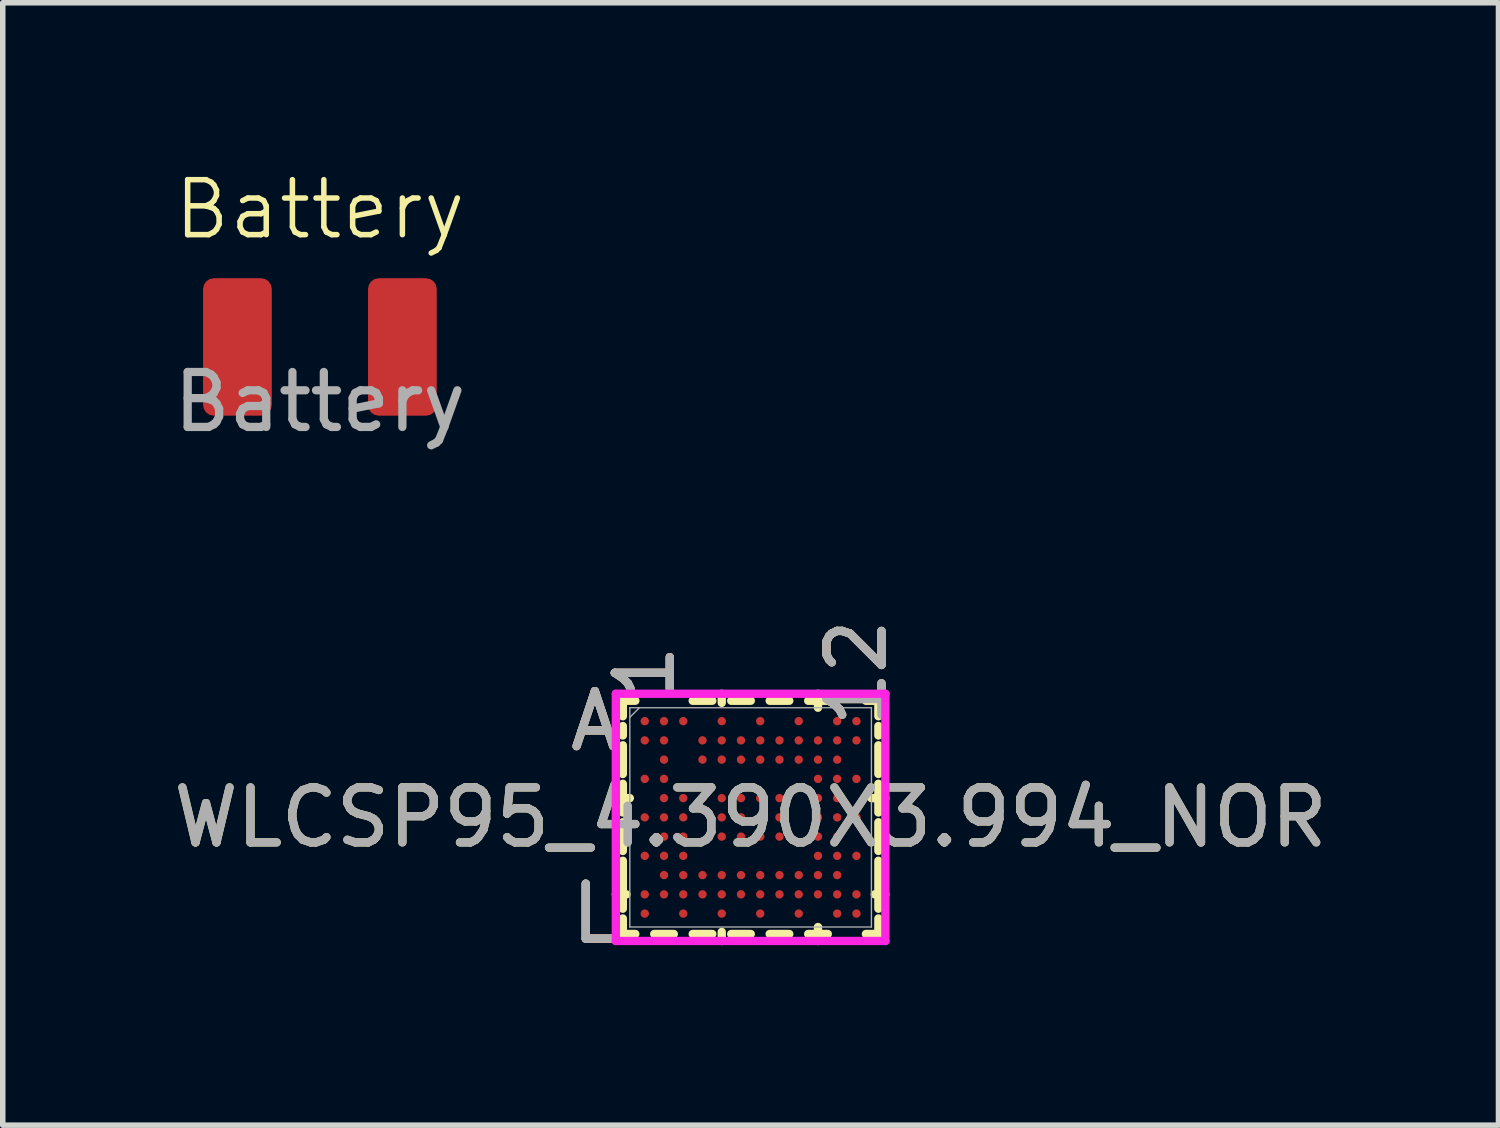
<source format=kicad_pcb>
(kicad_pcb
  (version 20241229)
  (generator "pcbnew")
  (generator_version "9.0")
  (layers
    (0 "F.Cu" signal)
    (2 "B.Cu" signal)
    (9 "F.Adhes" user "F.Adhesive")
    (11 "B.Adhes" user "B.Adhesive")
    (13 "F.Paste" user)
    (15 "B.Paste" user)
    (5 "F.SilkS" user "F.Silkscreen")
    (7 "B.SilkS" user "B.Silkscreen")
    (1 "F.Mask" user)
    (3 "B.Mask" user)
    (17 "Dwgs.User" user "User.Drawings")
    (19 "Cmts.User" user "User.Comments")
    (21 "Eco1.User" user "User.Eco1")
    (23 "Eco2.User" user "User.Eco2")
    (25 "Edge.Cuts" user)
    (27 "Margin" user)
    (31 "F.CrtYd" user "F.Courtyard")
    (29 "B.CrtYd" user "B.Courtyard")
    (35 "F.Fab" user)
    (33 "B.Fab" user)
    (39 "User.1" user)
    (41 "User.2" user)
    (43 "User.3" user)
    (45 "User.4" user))
  (footprint "WLCSP95_4.390X3.994_NOR"
    (layer "F.Cu")
    (at 10.601 11.815)
    (property "Reference" "WLCSP95_4.390X3.994_NOR" (at 0 0 0) (unlocked yes) (layer "F.SilkS") (effects (font (size 1 1) (thickness 0.15))))
    (attr smd)
    (fp_line (start -2.324 -2.121) (end -2.324 -1.839) (stroke (width 0.152) (type solid)) (layer "F.SilkS"))
    (fp_line (start -2.324 -1.661) (end -2.324 -1.489) (stroke (width 0.152) (type solid)) (layer "F.SilkS"))
    (fp_line (start -2.324 -1.311) (end -2.324 -0.789) (stroke (width 0.152) (type solid)) (layer "F.SilkS"))
    (fp_line (start -2.324 -0.611) (end -2.324 -0.089) (stroke (width 0.152) (type solid)) (layer "F.SilkS"))
    (fp_line (start -2.324 0.089) (end -2.324 0.611) (stroke (width 0.152) (type solid)) (layer "F.SilkS"))
    (fp_line (start -2.324 0.789) (end -2.324 1.311) (stroke (width 0.152) (type solid)) (layer "F.SilkS"))
    (fp_line (start -2.324 1.489) (end -2.324 1.661) (stroke (width 0.152) (type solid)) (layer "F.SilkS"))
    (fp_line (start -2.324 1.839) (end -2.324 2.121) (stroke (width 0.152) (type solid)) (layer "F.SilkS"))
    (fp_line (start -2.324 2.121) (end -2.097 2.121) (stroke (width 0.152) (type solid)) (layer "F.SilkS"))
    (fp_line (start -2.258 1.4) (end -2.451 1.4) (stroke (width 0.152) (type solid)) (layer "F.SilkS"))
    (fp_line (start -2.197 -0.35) (end -2.451 -0.35) (stroke (width 0.152) (type solid)) (layer "F.SilkS"))
    (fp_line (start -2.097 -2.121) (end -2.324 -2.121) (stroke (width 0.152) (type solid)) (layer "F.SilkS"))
    (fp_line (start -1.753 2.121) (end -1.397 2.121) (stroke (width 0.152) (type solid)) (layer "F.SilkS"))
    (fp_line (start -1.053 2.121) (end -0.697 2.121) (stroke (width 0.152) (type solid)) (layer "F.SilkS"))
    (fp_line (start -0.697 -2.121) (end -1.053 -2.121) (stroke (width 0.152) (type solid)) (layer "F.SilkS"))
    (fp_line (start -0.525 -2.083) (end -0.525 -2.248) (stroke (width 0.152) (type solid)) (layer "F.SilkS"))
    (fp_line (start -0.525 2.083) (end -0.525 2.248) (stroke (width 0.152) (type solid)) (layer "F.SilkS"))
    (fp_line (start -0.353 2.121) (end 0.003 2.121) (stroke (width 0.152) (type solid)) (layer "F.SilkS"))
    (fp_line (start 0.003 -2.121) (end -0.353 -2.121) (stroke (width 0.152) (type solid)) (layer "F.SilkS"))
    (fp_line (start 0.347 2.121) (end 0.703 2.121) (stroke (width 0.152) (type solid)) (layer "F.SilkS"))
    (fp_line (start 0.703 -2.121) (end 0.347 -2.121) (stroke (width 0.152) (type solid)) (layer "F.SilkS"))
    (fp_line (start 1.047 2.121) (end 1.403 2.121) (stroke (width 0.152) (type solid)) (layer "F.SilkS"))
    (fp_line (start 1.225 -1.994) (end 1.225 -2.248) (stroke (width 0.152) (type solid)) (layer "F.SilkS"))
    (fp_line (start 1.225 1.994) (end 1.225 2.248) (stroke (width 0.152) (type solid)) (layer "F.SilkS"))
    (fp_line (start 1.403 -2.121) (end 1.047 -2.121) (stroke (width 0.152) (type solid)) (layer "F.SilkS"))
    (fp_line (start 2.097 2.121) (end 2.324 2.121) (stroke (width 0.152) (type solid)) (layer "F.SilkS"))
    (fp_line (start 2.197 -0.35) (end 2.451 -0.35) (stroke (width 0.152) (type solid)) (layer "F.SilkS"))
    (fp_line (start 2.258 1.4) (end 2.451 1.4) (stroke (width 0.152) (type solid)) (layer "F.SilkS"))
    (fp_line (start 2.324 -2.121) (end 2.097 -2.121) (stroke (width 0.152) (type solid)) (layer "F.SilkS"))
    (fp_line (start 2.324 -1.839) (end 2.324 -2.121) (stroke (width 0.152) (type solid)) (layer "F.SilkS"))
    (fp_line (start 2.324 -1.489) (end 2.324 -1.661) (stroke (width 0.152) (type solid)) (layer "F.SilkS"))
    (fp_line (start 2.324 -0.789) (end 2.324 -1.311) (stroke (width 0.152) (type solid)) (layer "F.SilkS"))
    (fp_line (start 2.324 -0.089) (end 2.324 -0.611) (stroke (width 0.152) (type solid)) (layer "F.SilkS"))
    (fp_line (start 2.324 0.611) (end 2.324 0.089) (stroke (width 0.152) (type solid)) (layer "F.SilkS"))
    (fp_line (start 2.324 1.311) (end 2.324 0.789) (stroke (width 0.152) (type solid)) (layer "F.SilkS"))
    (fp_line (start 2.324 1.661) (end 2.324 1.489) (stroke (width 0.152) (type solid)) (layer "F.SilkS"))
    (fp_line (start 2.324 2.121) (end 2.324 1.839) (stroke (width 0.152) (type solid)) (layer "F.SilkS"))
    (fp_line (start -2.451 -2.248) (end 2.451 -2.248) (stroke (width 0.152) (type solid)) (layer "F.CrtYd"))
    (fp_line (start -2.451 2.248) (end -2.451 -2.248) (stroke (width 0.152) (type solid)) (layer "F.CrtYd"))
    (fp_line (start 2.451 -2.248) (end 2.451 2.248) (stroke (width 0.152) (type solid)) (layer "F.CrtYd"))
    (fp_line (start 2.451 2.248) (end -2.451 2.248) (stroke (width 0.152) (type solid)) (layer "F.CrtYd"))
    (fp_line (start -2.197 -1.994) (end -2.197 1.994) (stroke (width 0.025) (type solid)) (layer "F.Fab"))
    (fp_line (start -2.197 1.994) (end 2.197 1.994) (stroke (width 0.025) (type solid)) (layer "F.Fab"))
    (fp_line (start -2.022 -1.994) (end -2.197 -1.819) (stroke (width 0.025) (type solid)) (layer "F.Fab"))
    (fp_line (start 2.197 -1.994) (end -2.197 -1.994) (stroke (width 0.025) (type solid)) (layer "F.Fab"))
    (fp_line (start 2.197 1.994) (end 2.197 -1.994) (stroke (width 0.025) (type solid)) (layer "F.Fab"))
    (fp_text user "1" (at -1.925 -2.629 90) (unlocked yes) (layer "F.SilkS") (effects (font (size 1 1) (thickness 0.15))))
    (fp_text user "L" (at -2.832 1.75 0) (unlocked yes) (layer "F.SilkS") (effects (font (size 1 1) (thickness 0.15))))
    (fp_text user "12" (at 1.925 -2.629 90) (unlocked yes) (layer "F.SilkS") (effects (font (size 1 1) (thickness 0.15))))
    (fp_text user "A" (at -2.832 -1.75 0) (unlocked yes) (layer "F.SilkS") (effects (font (size 1 1) (thickness 0.15))))
    (fp_text user "A" (at -2.832 -1.75 0) (unlocked yes) (layer "B.SilkS") (effects (font (size 1 1) (thickness 0.15))))
    (fp_text user "12" (at 1.925 -2.629 90) (unlocked yes) (layer "B.SilkS") (effects (font (size 1 1) (thickness 0.15))))
    (fp_text user "1" (at -1.925 -2.629 90) (unlocked yes) (layer "B.SilkS") (effects (font (size 1 1) (thickness 0.15))))
    (fp_text user "L" (at -2.832 1.75 0) (unlocked yes) (layer "B.SilkS") (effects (font (size 1 1) (thickness 0.15))))
    (fp_text user "12" (at 1.925 -2.629 90) (unlocked yes) (layer "F.Fab") (effects (font (size 1 1) (thickness 0.15))))
    (fp_text user "A" (at -2.832 -1.75 0) (unlocked yes) (layer "F.Fab") (effects (font (size 1 1) (thickness 0.15))))
    (fp_text user "1" (at -1.925 -2.629 90) (unlocked yes) (layer "F.Fab") (effects (font (size 1 1) (thickness 0.15))))
    (fp_text user "${REFERENCE}" (at 0 0 0) (unlocked yes) (layer "F.Fab") (effects (font (size 1 1) (thickness 0.15))))
    (fp_text user "L" (at -2.832 1.75 0) (unlocked yes) (layer "F.Fab") (effects (font (size 1 1) (thickness 0.15))))
    (pad "A1" smd circle (at -1.925 -1.75) (size 0.152 0.152) (layers "F.Cu" "F.Mask" "F.Paste"))
    (pad "A2" smd circle (at -1.575 -1.75) (size 0.152 0.152) (layers "F.Cu" "F.Mask" "F.Paste"))
    (pad "A3" smd circle (at -1.225 -1.75) (size 0.152 0.152) (layers "F.Cu" "F.Mask" "F.Paste"))
    (pad "A5" smd circle (at -0.525 -1.75) (size 0.152 0.152) (layers "F.Cu" "F.Mask" "F.Paste"))
    (pad "A7" smd circle (at 0.175 -1.75) (size 0.152 0.152) (layers "F.Cu" "F.Mask" "F.Paste"))
    (pad "A9" smd circle (at 0.875 -1.75) (size 0.152 0.152) (layers "F.Cu" "F.Mask" "F.Paste"))
    (pad "A11" smd circle (at 1.575 -1.75) (size 0.152 0.152) (layers "F.Cu" "F.Mask" "F.Paste"))
    (pad "A12" smd circle (at 1.925 -1.75) (size 0.152 0.152) (layers "F.Cu" "F.Mask" "F.Paste"))
    (pad "B1" smd circle (at -1.925 -1.4) (size 0.152 0.152) (layers "F.Cu" "F.Mask" "F.Paste"))
    (pad "B2" smd circle (at -1.575 -1.4) (size 0.152 0.152) (layers "F.Cu" "F.Mask" "F.Paste"))
    (pad "B4" smd circle (at -0.875 -1.4) (size 0.152 0.152) (layers "F.Cu" "F.Mask" "F.Paste"))
    (pad "B5" smd circle (at -0.525 -1.4) (size 0.152 0.152) (layers "F.Cu" "F.Mask" "F.Paste"))
    (pad "B6" smd circle (at -0.175 -1.4) (size 0.152 0.152) (layers "F.Cu" "F.Mask" "F.Paste"))
    (pad "B7" smd circle (at 0.175 -1.4) (size 0.152 0.152) (layers "F.Cu" "F.Mask" "F.Paste"))
    (pad "B8" smd circle (at 0.525 -1.4) (size 0.152 0.152) (layers "F.Cu" "F.Mask" "F.Paste"))
    (pad "B9" smd circle (at 0.875 -1.4) (size 0.152 0.152) (layers "F.Cu" "F.Mask" "F.Paste"))
    (pad "B10" smd circle (at 1.225 -1.4) (size 0.152 0.152) (layers "F.Cu" "F.Mask" "F.Paste"))
    (pad "B11" smd circle (at 1.575 -1.4) (size 0.152 0.152) (layers "F.Cu" "F.Mask" "F.Paste"))
    (pad "B12" smd circle (at 1.925 -1.4) (size 0.152 0.152) (layers "F.Cu" "F.Mask" "F.Paste"))
    (pad "C2" smd circle (at -1.575 -1.05) (size 0.152 0.152) (layers "F.Cu" "F.Mask" "F.Paste"))
    (pad "C4" smd circle (at -0.875 -1.05) (size 0.152 0.152) (layers "F.Cu" "F.Mask" "F.Paste"))
    (pad "C5" smd circle (at -0.525 -1.05) (size 0.152 0.152) (layers "F.Cu" "F.Mask" "F.Paste"))
    (pad "C6" smd circle (at -0.175 -1.05) (size 0.152 0.152) (layers "F.Cu" "F.Mask" "F.Paste"))
    (pad "C7" smd circle (at 0.175 -1.05) (size 0.152 0.152) (layers "F.Cu" "F.Mask" "F.Paste"))
    (pad "C8" smd circle (at 0.525 -1.05) (size 0.152 0.152) (layers "F.Cu" "F.Mask" "F.Paste"))
    (pad "C9" smd circle (at 0.875 -1.05) (size 0.152 0.152) (layers "F.Cu" "F.Mask" "F.Paste"))
    (pad "C10" smd circle (at 1.225 -1.05) (size 0.152 0.152) (layers "F.Cu" "F.Mask" "F.Paste"))
    (pad "C11" smd circle (at 1.575 -1.05) (size 0.152 0.152) (layers "F.Cu" "F.Mask" "F.Paste"))
    (pad "D1" smd circle (at -1.925 -0.7) (size 0.152 0.152) (layers "F.Cu" "F.Mask" "F.Paste"))
    (pad "D2" smd circle (at -1.575 -0.7) (size 0.152 0.152) (layers "F.Cu" "F.Mask" "F.Paste"))
    (pad "D10" smd circle (at 1.225 -0.7) (size 0.152 0.152) (layers "F.Cu" "F.Mask" "F.Paste"))
    (pad "D11" smd circle (at 1.575 -0.7) (size 0.152 0.152) (layers "F.Cu" "F.Mask" "F.Paste"))
    (pad "D12" smd circle (at 1.925 -0.7) (size 0.152 0.152) (layers "F.Cu" "F.Mask" "F.Paste"))
    (pad "E2" smd circle (at -1.575 -0.35) (size 0.152 0.152) (layers "F.Cu" "F.Mask" "F.Paste"))
    (pad "E3" smd circle (at -1.225 -0.35) (size 0.152 0.152) (layers "F.Cu" "F.Mask" "F.Paste"))
    (pad "E4" smd circle (at -0.875 -0.35) (size 0.152 0.152) (layers "F.Cu" "F.Mask" "F.Paste"))
    (pad "E5" smd circle (at -0.525 -0.35) (size 0.152 0.152) (layers "F.Cu" "F.Mask" "F.Paste"))
    (pad "E6" smd circle (at -0.175 -0.35) (size 0.152 0.152) (layers "F.Cu" "F.Mask" "F.Paste"))
    (pad "E7" smd circle (at 0.175 -0.35) (size 0.152 0.152) (layers "F.Cu" "F.Mask" "F.Paste"))
    (pad "E8" smd circle (at 0.525 -0.35) (size 0.152 0.152) (layers "F.Cu" "F.Mask" "F.Paste"))
    (pad "E10" smd circle (at 1.225 -0.35) (size 0.152 0.152) (layers "F.Cu" "F.Mask" "F.Paste"))
    (pad "E11" smd circle (at 1.575 -0.35) (size 0.152 0.152) (layers "F.Cu" "F.Mask" "F.Paste"))
    (pad "F1" smd circle (at -1.925 0) (size 0.152 0.152) (layers "F.Cu" "F.Mask" "F.Paste"))
    (pad "F2" smd circle (at -1.575 0) (size 0.152 0.152) (layers "F.Cu" "F.Mask" "F.Paste"))
    (pad "F3" smd circle (at -1.225 0) (size 0.152 0.152) (layers "F.Cu" "F.Mask" "F.Paste"))
    (pad "F5" smd circle (at -0.525 0) (size 0.152 0.152) (layers "F.Cu" "F.Mask" "F.Paste"))
    (pad "F6" smd circle (at -0.175 0) (size 0.152 0.152) (layers "F.Cu" "F.Mask" "F.Paste"))
    (pad "F7" smd circle (at 0.175 0) (size 0.152 0.152) (layers "F.Cu" "F.Mask" "F.Paste"))
    (pad "F8" smd circle (at 0.525 0) (size 0.152 0.152) (layers "F.Cu" "F.Mask" "F.Paste"))
    (pad "F10" smd circle (at 1.225 0) (size 0.152 0.152) (layers "F.Cu" "F.Mask" "F.Paste"))
    (pad "F11" smd circle (at 1.575 0) (size 0.152 0.152) (layers "F.Cu" "F.Mask" "F.Paste"))
    (pad "F12" smd circle (at 1.925 0) (size 0.152 0.152) (layers "F.Cu" "F.Mask" "F.Paste"))
    (pad "G2" smd circle (at -1.575 0.35) (size 0.152 0.152) (layers "F.Cu" "F.Mask" "F.Paste"))
    (pad "G3" smd circle (at -1.225 0.35) (size 0.152 0.152) (layers "F.Cu" "F.Mask" "F.Paste"))
    (pad "G5" smd circle (at -0.525 0.35) (size 0.152 0.152) (layers "F.Cu" "F.Mask" "F.Paste"))
    (pad "G6" smd circle (at -0.175 0.35) (size 0.152 0.152) (layers "F.Cu" "F.Mask" "F.Paste"))
    (pad "G7" smd circle (at 0.175 0.35) (size 0.152 0.152) (layers "F.Cu" "F.Mask" "F.Paste"))
    (pad "G8" smd circle (at 0.525 0.35) (size 0.152 0.152) (layers "F.Cu" "F.Mask" "F.Paste"))
    (pad "G10" smd circle (at 1.225 0.35) (size 0.152 0.152) (layers "F.Cu" "F.Mask" "F.Paste"))
    (pad "G11" smd circle (at 1.575 0.35) (size 0.152 0.152) (layers "F.Cu" "F.Mask" "F.Paste"))
    (pad "H1" smd circle (at -1.925 0.7) (size 0.152 0.152) (layers "F.Cu" "F.Mask" "F.Paste"))
    (pad "H2" smd circle (at -1.575 0.7) (size 0.152 0.152) (layers "F.Cu" "F.Mask" "F.Paste"))
    (pad "H3" smd circle (at -1.225 0.7) (size 0.152 0.152) (layers "F.Cu" "F.Mask" "F.Paste"))
    (pad "H10" smd circle (at 1.225 0.7) (size 0.152 0.152) (layers "F.Cu" "F.Mask" "F.Paste"))
    (pad "H11" smd circle (at 1.575 0.7) (size 0.152 0.152) (layers "F.Cu" "F.Mask" "F.Paste"))
    (pad "H12" smd circle (at 1.925 0.7) (size 0.152 0.152) (layers "F.Cu" "F.Mask" "F.Paste"))
    (pad "J2" smd circle (at -1.575 1.05) (size 0.152 0.152) (layers "F.Cu" "F.Mask" "F.Paste"))
    (pad "J3" smd circle (at -1.225 1.05) (size 0.152 0.152) (layers "F.Cu" "F.Mask" "F.Paste"))
    (pad "J4" smd circle (at -0.875 1.05) (size 0.152 0.152) (layers "F.Cu" "F.Mask" "F.Paste"))
    (pad "J5" smd circle (at -0.525 1.05) (size 0.152 0.152) (layers "F.Cu" "F.Mask" "F.Paste"))
    (pad "J6" smd circle (at -0.175 1.05) (size 0.152 0.152) (layers "F.Cu" "F.Mask" "F.Paste"))
    (pad "J7" smd circle (at 0.175 1.05) (size 0.152 0.152) (layers "F.Cu" "F.Mask" "F.Paste"))
    (pad "J8" smd circle (at 0.525 1.05) (size 0.152 0.152) (layers "F.Cu" "F.Mask" "F.Paste"))
    (pad "J9" smd circle (at 0.875 1.05) (size 0.152 0.152) (layers "F.Cu" "F.Mask" "F.Paste"))
    (pad "J10" smd circle (at 1.225 1.05) (size 0.152 0.152) (layers "F.Cu" "F.Mask" "F.Paste"))
    (pad "J11" smd circle (at 1.575 1.05) (size 0.152 0.152) (layers "F.Cu" "F.Mask" "F.Paste"))
    (pad "K1" smd circle (at -1.925 1.4) (size 0.152 0.152) (layers "F.Cu" "F.Mask" "F.Paste"))
    (pad "K2" smd circle (at -1.575 1.4) (size 0.152 0.152) (layers "F.Cu" "F.Mask" "F.Paste"))
    (pad "K3" smd circle (at -1.225 1.4) (size 0.152 0.152) (layers "F.Cu" "F.Mask" "F.Paste"))
    (pad "K4" smd circle (at -0.875 1.4) (size 0.152 0.152) (layers "F.Cu" "F.Mask" "F.Paste"))
    (pad "K5" smd circle (at -0.525 1.4) (size 0.152 0.152) (layers "F.Cu" "F.Mask" "F.Paste"))
    (pad "K6" smd circle (at -0.175 1.4) (size 0.152 0.152) (layers "F.Cu" "F.Mask" "F.Paste"))
    (pad "K7" smd circle (at 0.175 1.4) (size 0.152 0.152) (layers "F.Cu" "F.Mask" "F.Paste"))
    (pad "K8" smd circle (at 0.525 1.4) (size 0.152 0.152) (layers "F.Cu" "F.Mask" "F.Paste"))
    (pad "K9" smd circle (at 0.875 1.4) (size 0.152 0.152) (layers "F.Cu" "F.Mask" "F.Paste"))
    (pad "K10" smd circle (at 1.225 1.4) (size 0.152 0.152) (layers "F.Cu" "F.Mask" "F.Paste"))
    (pad "K11" smd circle (at 1.575 1.4) (size 0.152 0.152) (layers "F.Cu" "F.Mask" "F.Paste"))
    (pad "K12" smd circle (at 1.925 1.4) (size 0.152 0.152) (layers "F.Cu" "F.Mask" "F.Paste"))
    (pad "L1" smd circle (at -1.925 1.75) (size 0.152 0.152) (layers "F.Cu" "F.Mask" "F.Paste"))
    (pad "L3" smd circle (at -1.225 1.75) (size 0.152 0.152) (layers "F.Cu" "F.Mask" "F.Paste"))
    (pad "L5" smd circle (at -0.525 1.75) (size 0.152 0.152) (layers "F.Cu" "F.Mask" "F.Paste"))
    (pad "L7" smd circle (at 0.175 1.75) (size 0.152 0.152) (layers "F.Cu" "F.Mask" "F.Paste"))
    (pad "L9" smd circle (at 0.875 1.75) (size 0.152 0.152) (layers "F.Cu" "F.Mask" "F.Paste"))
    (pad "L11" smd circle (at 1.575 1.75) (size 0.152 0.152) (layers "F.Cu" "F.Mask" "F.Paste"))
    (pad "L12" smd circle (at 1.925 1.75) (size 0.152 0.152) (layers "F.Cu" "F.Mask" "F.Paste")))
  (footprint "Battery"
    (layer "F.Cu")
    (at 2.768 3.26)
    (property "Reference" "Battery" (at 0 -2.5 0) (unlocked yes) (layer "F.SilkS") (effects (font (size 1 1) (thickness 0.1))))
    (attr smd)
    (fp_text user "${REFERENCE}" (at 0 1 0) (unlocked yes) (layer "F.Fab") (effects (font (size 1 1) (thickness 0.15))))
    (pad "1" smd roundrect (at 1.5 0) (size 1.25 2.5) (layers "F.Cu" "F.Mask" "F.Paste") (roundrect_rratio 0.157))
    (pad "2" smd roundrect (at -1.5 0) (size 1.25 2.5) (layers "F.Cu" "F.Mask" "F.Paste") (roundrect_rratio 0.157)))
  (gr_rect
    (start -3 -3)
    (end 24.202 17.413)
    (stroke (width 0.1) (type default))
    (fill no)
    (layer "Edge.Cuts")))
</source>
